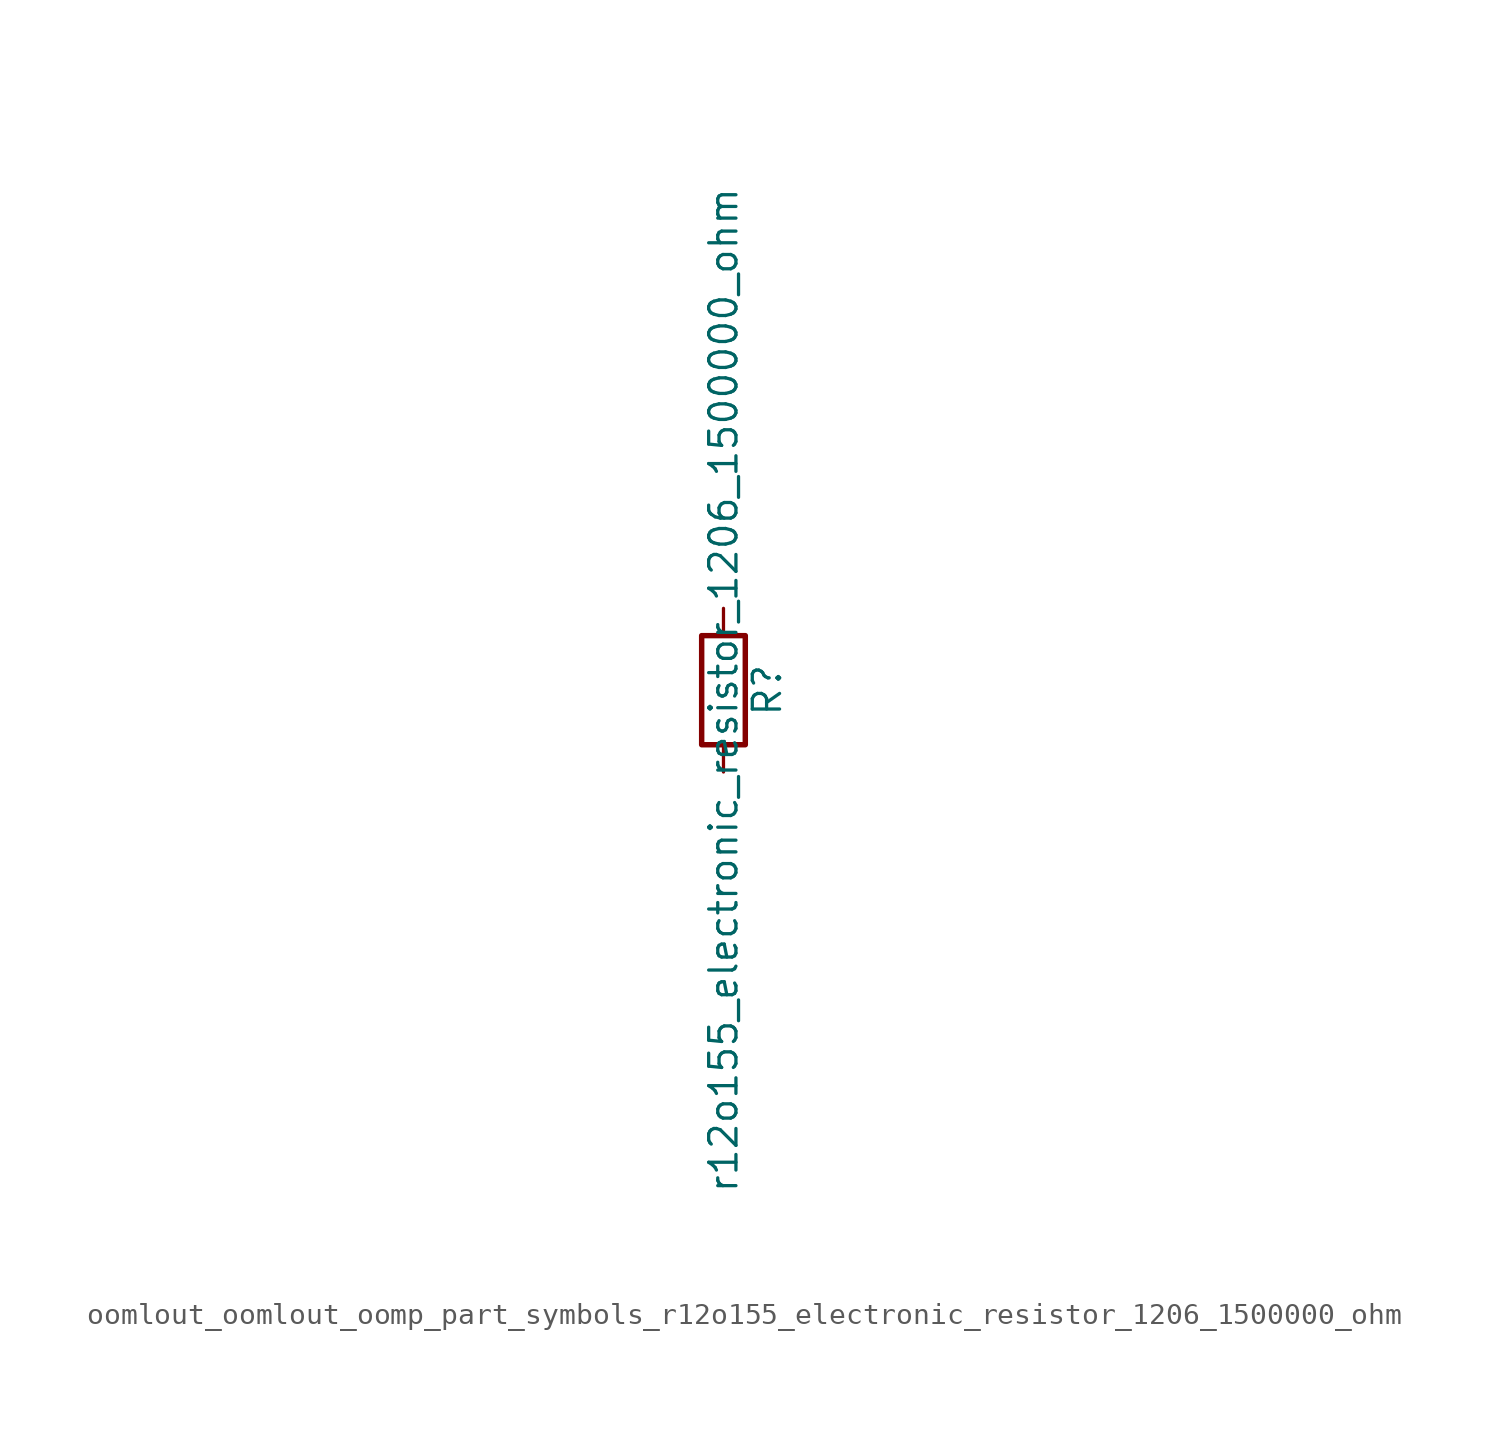
<source format=kicad_sym>
(kicad_symbol_lib
  (version 20220914)
  (generator kicad_symbol_editor)
  (symbol "oomlout_oomlout_oomp_part_symbols_r12o155_electronic_resistor_1206_1500000_ohm"
    (pin_numbers hide)
    (pin_names
      (offset 0))
    (property "Reference" "R"
      (at 2.032 0 90)
      (effects (font (size 1.27 1.27))))
    (property "Value" "r12o155_electronic_resistor_1206_1500000_ohm"
      (at 0 0 90)
      (effects (font (size 1.27 1.27))))
    (symbol "oomlout_oomlout_oomp_part_symbols_r12o155_electronic_resistor_1206_1500000_ohm_0_1"
      (rectangle (start -1.016 -2.54) (end 1.016 2.54) (stroke (width 0.254) (type default)) (fill (type none))))
    (symbol "oomlout_oomlout_oomp_part_symbols_r12o155_electronic_resistor_1206_1500000_ohm_1_1"
      (pin passive line (at 0 3.81 270) (length 1.27) (name "~" (effects (font (size 1.27 1.27)))) (number "1" (effects (font (size 1.27 1.27)))))
      (pin passive line (at 0 -3.81 90) (length 1.27) (name "~" (effects (font (size 1.27 1.27)))) (number "2" (effects (font (size 1.27 1.27))))))))
</source>
